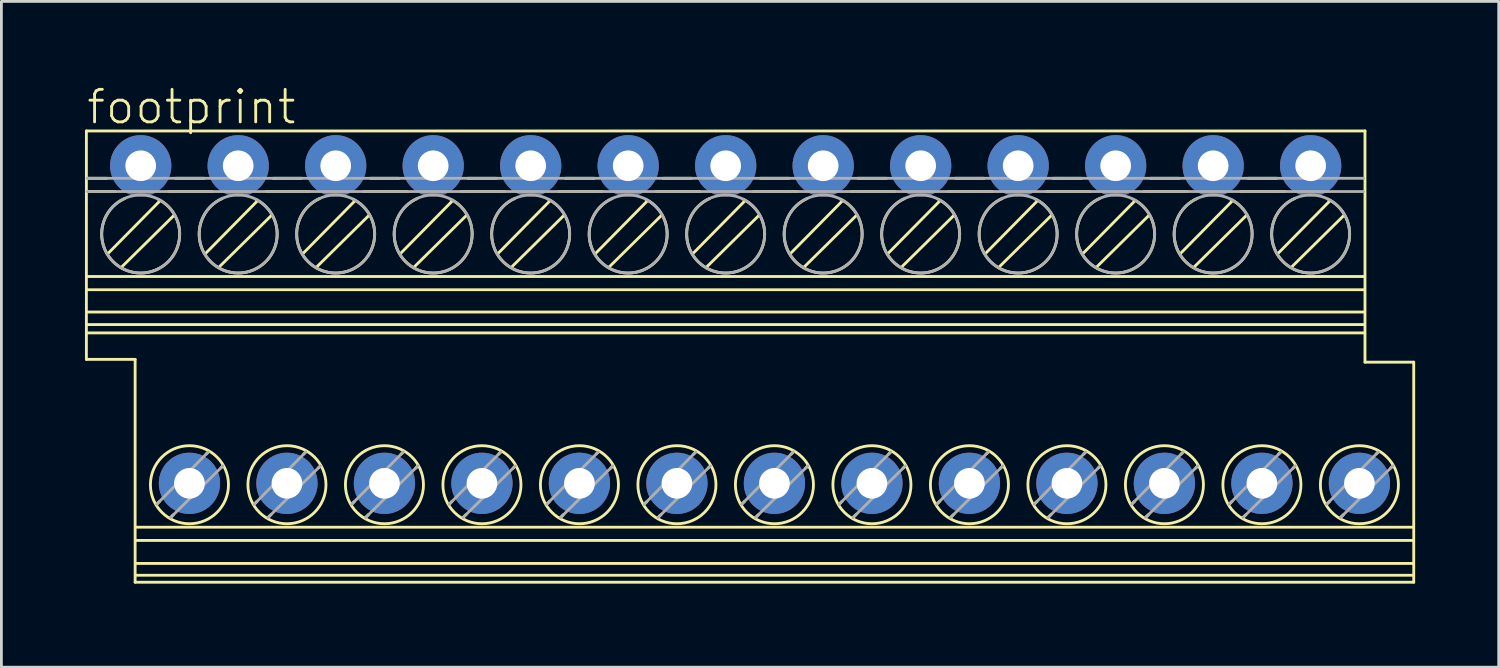
<source format=kicad_pcb>
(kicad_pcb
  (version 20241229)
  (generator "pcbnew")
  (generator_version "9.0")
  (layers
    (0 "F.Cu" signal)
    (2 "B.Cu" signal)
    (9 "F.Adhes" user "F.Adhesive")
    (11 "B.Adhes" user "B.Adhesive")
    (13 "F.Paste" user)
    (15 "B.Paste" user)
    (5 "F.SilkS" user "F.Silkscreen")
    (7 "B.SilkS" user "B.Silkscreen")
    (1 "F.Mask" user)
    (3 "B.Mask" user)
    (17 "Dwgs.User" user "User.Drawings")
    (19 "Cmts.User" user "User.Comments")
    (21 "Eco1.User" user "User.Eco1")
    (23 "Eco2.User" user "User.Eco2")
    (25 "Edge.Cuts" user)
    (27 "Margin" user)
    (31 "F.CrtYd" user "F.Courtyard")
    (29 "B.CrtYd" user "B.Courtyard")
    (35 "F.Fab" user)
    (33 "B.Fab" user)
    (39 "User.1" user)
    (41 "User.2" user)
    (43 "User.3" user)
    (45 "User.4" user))
  (footprint "footprint"
    (layer "F.Cu")
    (at 23.001 9.751)
    (property "Reference" "footprint" (at -23.001 -8.278 0) (layer "F.SilkS") (effects (font (size 1.168 1.168) (thickness 0.102)) (justify left bottom)))
    (fp_line (start -22.95 -8.1) (end 22.95 -8.1) (stroke (width 0.102) (type solid)) (layer "F.SilkS"))
    (fp_line (start -22.95 0.1) (end -22.95 -8.1) (stroke (width 0.102) (type solid)) (layer "F.SilkS"))
    (fp_line (start -22.925 -6.4) (end -22.225 -6.4) (stroke (width 0.102) (type solid)) (layer "F.SilkS"))
    (fp_line (start -22.925 -5.925) (end -21.925 -5.925) (stroke (width 0.102) (type solid)) (layer "F.SilkS"))
    (fp_line (start -22.9 -2.875) (end 22.925 -2.875) (stroke (width 0.102) (type solid)) (layer "F.SilkS"))
    (fp_line (start -22.9 -2.4) (end 22.925 -2.4) (stroke (width 0.102) (type solid)) (layer "F.SilkS"))
    (fp_line (start -22.9 -1.6) (end 22.925 -1.6) (stroke (width 0.102) (type solid)) (layer "F.SilkS"))
    (fp_line (start -22.9 -0.85) (end 22.925 -0.85) (stroke (width 0.102) (type solid)) (layer "F.SilkS"))
    (fp_line (start -22.175 -3.7) (end -20.325 -5.575) (stroke (width 0.102) (type solid)) (layer "F.SilkS"))
    (fp_line (start -21.675 -3.225) (end -19.8 -5.075) (stroke (width 0.102) (type solid)) (layer "F.SilkS"))
    (fp_line (start -21.2 0.1) (end -22.95 0.1) (stroke (width 0.102) (type solid)) (layer "F.SilkS"))
    (fp_line (start -21.2 8.1) (end -21.2 0.1) (stroke (width 0.102) (type solid)) (layer "F.SilkS"))
    (fp_line (start -21.15 6.125) (end 24.675 6.125) (stroke (width 0.102) (type solid)) (layer "F.SilkS"))
    (fp_line (start -21.15 6.6) (end 24.675 6.6) (stroke (width 0.102) (type solid)) (layer "F.SilkS"))
    (fp_line (start -21.15 7.425) (end 24.675 7.425) (stroke (width 0.102) (type solid)) (layer "F.SilkS"))
    (fp_line (start -21.15 7.85) (end 24.675 7.85) (stroke (width 0.102) (type solid)) (layer "F.SilkS"))
    (fp_line (start -20.425 5.3) (end -20.325 5.2) (stroke (width 0.102) (type solid)) (layer "F.SilkS"))
    (fp_line (start -20 -5.925) (end -18.425 -5.925) (stroke (width 0.102) (type solid)) (layer "F.SilkS"))
    (fp_line (start -19.925 5.775) (end -19.825 5.675) (stroke (width 0.102) (type solid)) (layer "F.SilkS"))
    (fp_line (start -19.75 -6.4) (end -18.725 -6.4) (stroke (width 0.102) (type solid)) (layer "F.SilkS"))
    (fp_line (start -18.675 -3.7) (end -16.825 -5.575) (stroke (width 0.102) (type solid)) (layer "F.SilkS"))
    (fp_line (start -18.65 3.5) (end -18.575 3.425) (stroke (width 0.102) (type solid)) (layer "F.SilkS"))
    (fp_line (start -18.175 -3.225) (end -16.3 -5.075) (stroke (width 0.102) (type solid)) (layer "F.SilkS"))
    (fp_line (start -18.125 4) (end -18.05 3.925) (stroke (width 0.102) (type solid)) (layer "F.SilkS"))
    (fp_line (start -16.925 5.3) (end -16.825 5.2) (stroke (width 0.102) (type solid)) (layer "F.SilkS"))
    (fp_line (start -16.5 -5.925) (end -14.925 -5.925) (stroke (width 0.102) (type solid)) (layer "F.SilkS"))
    (fp_line (start -16.425 5.775) (end -16.325 5.675) (stroke (width 0.102) (type solid)) (layer "F.SilkS"))
    (fp_line (start -16.25 -6.4) (end -15.225 -6.4) (stroke (width 0.102) (type solid)) (layer "F.SilkS"))
    (fp_line (start -15.175 -3.7) (end -13.325 -5.575) (stroke (width 0.102) (type solid)) (layer "F.SilkS"))
    (fp_line (start -15.15 3.5) (end -15.075 3.425) (stroke (width 0.102) (type solid)) (layer "F.SilkS"))
    (fp_line (start -14.675 -3.225) (end -12.8 -5.075) (stroke (width 0.102) (type solid)) (layer "F.SilkS"))
    (fp_line (start -14.625 4) (end -14.55 3.925) (stroke (width 0.102) (type solid)) (layer "F.SilkS"))
    (fp_line (start -13.425 5.3) (end -13.325 5.2) (stroke (width 0.102) (type solid)) (layer "F.SilkS"))
    (fp_line (start -13 -5.925) (end -11.425 -5.925) (stroke (width 0.102) (type solid)) (layer "F.SilkS"))
    (fp_line (start -12.925 5.775) (end -12.825 5.675) (stroke (width 0.102) (type solid)) (layer "F.SilkS"))
    (fp_line (start -12.75 -6.4) (end -11.725 -6.4) (stroke (width 0.102) (type solid)) (layer "F.SilkS"))
    (fp_line (start -11.675 -3.7) (end -9.825 -5.575) (stroke (width 0.102) (type solid)) (layer "F.SilkS"))
    (fp_line (start -11.65 3.5) (end -11.575 3.425) (stroke (width 0.102) (type solid)) (layer "F.SilkS"))
    (fp_line (start -11.175 -3.225) (end -9.3 -5.075) (stroke (width 0.102) (type solid)) (layer "F.SilkS"))
    (fp_line (start -11.125 4) (end -11.05 3.925) (stroke (width 0.102) (type solid)) (layer "F.SilkS"))
    (fp_line (start -9.925 5.3) (end -9.825 5.2) (stroke (width 0.102) (type solid)) (layer "F.SilkS"))
    (fp_line (start -9.5 -5.925) (end -7.925 -5.925) (stroke (width 0.102) (type solid)) (layer "F.SilkS"))
    (fp_line (start -9.425 5.775) (end -9.325 5.675) (stroke (width 0.102) (type solid)) (layer "F.SilkS"))
    (fp_line (start -9.25 -6.4) (end -8.225 -6.4) (stroke (width 0.102) (type solid)) (layer "F.SilkS"))
    (fp_line (start -8.175 -3.7) (end -6.325 -5.575) (stroke (width 0.102) (type solid)) (layer "F.SilkS"))
    (fp_line (start -8.15 3.5) (end -8.075 3.425) (stroke (width 0.102) (type solid)) (layer "F.SilkS"))
    (fp_line (start -7.675 -3.225) (end -5.8 -5.075) (stroke (width 0.102) (type solid)) (layer "F.SilkS"))
    (fp_line (start -7.625 4) (end -7.55 3.925) (stroke (width 0.102) (type solid)) (layer "F.SilkS"))
    (fp_line (start -6.425 5.3) (end -6.325 5.2) (stroke (width 0.102) (type solid)) (layer "F.SilkS"))
    (fp_line (start -6 -5.925) (end -4.425 -5.925) (stroke (width 0.102) (type solid)) (layer "F.SilkS"))
    (fp_line (start -5.925 5.775) (end -5.825 5.675) (stroke (width 0.102) (type solid)) (layer "F.SilkS"))
    (fp_line (start -5.75 -6.4) (end -4.725 -6.4) (stroke (width 0.102) (type solid)) (layer "F.SilkS"))
    (fp_line (start -4.675 -3.7) (end -2.825 -5.575) (stroke (width 0.102) (type solid)) (layer "F.SilkS"))
    (fp_line (start -4.65 3.5) (end -4.575 3.425) (stroke (width 0.102) (type solid)) (layer "F.SilkS"))
    (fp_line (start -4.175 -3.225) (end -2.3 -5.075) (stroke (width 0.102) (type solid)) (layer "F.SilkS"))
    (fp_line (start -4.125 4) (end -4.05 3.925) (stroke (width 0.102) (type solid)) (layer "F.SilkS"))
    (fp_line (start -2.925 5.3) (end -2.825 5.2) (stroke (width 0.102) (type solid)) (layer "F.SilkS"))
    (fp_line (start -2.5 -5.925) (end -0.925 -5.925) (stroke (width 0.102) (type solid)) (layer "F.SilkS"))
    (fp_line (start -2.425 5.775) (end -2.325 5.675) (stroke (width 0.102) (type solid)) (layer "F.SilkS"))
    (fp_line (start -2.25 -6.4) (end -1.225 -6.4) (stroke (width 0.102) (type solid)) (layer "F.SilkS"))
    (fp_line (start -1.175 -3.7) (end 0.675 -5.575) (stroke (width 0.102) (type solid)) (layer "F.SilkS"))
    (fp_line (start -1.15 3.5) (end -1.075 3.425) (stroke (width 0.102) (type solid)) (layer "F.SilkS"))
    (fp_line (start -0.675 -3.225) (end 1.2 -5.075) (stroke (width 0.102) (type solid)) (layer "F.SilkS"))
    (fp_line (start -0.625 4) (end -0.55 3.925) (stroke (width 0.102) (type solid)) (layer "F.SilkS"))
    (fp_line (start 0.575 5.3) (end 0.675 5.2) (stroke (width 0.102) (type solid)) (layer "F.SilkS"))
    (fp_line (start 1 -5.925) (end 2.575 -5.925) (stroke (width 0.102) (type solid)) (layer "F.SilkS"))
    (fp_line (start 1.075 5.775) (end 1.175 5.675) (stroke (width 0.102) (type solid)) (layer "F.SilkS"))
    (fp_line (start 1.25 -6.4) (end 2.275 -6.4) (stroke (width 0.102) (type solid)) (layer "F.SilkS"))
    (fp_line (start 2.325 -3.7) (end 4.175 -5.575) (stroke (width 0.102) (type solid)) (layer "F.SilkS"))
    (fp_line (start 2.35 3.5) (end 2.425 3.425) (stroke (width 0.102) (type solid)) (layer "F.SilkS"))
    (fp_line (start 2.825 -3.225) (end 4.7 -5.075) (stroke (width 0.102) (type solid)) (layer "F.SilkS"))
    (fp_line (start 2.875 4) (end 2.95 3.925) (stroke (width 0.102) (type solid)) (layer "F.SilkS"))
    (fp_line (start 4.075 5.3) (end 4.175 5.2) (stroke (width 0.102) (type solid)) (layer "F.SilkS"))
    (fp_line (start 4.5 -5.925) (end 6.075 -5.925) (stroke (width 0.102) (type solid)) (layer "F.SilkS"))
    (fp_line (start 4.575 5.775) (end 4.675 5.675) (stroke (width 0.102) (type solid)) (layer "F.SilkS"))
    (fp_line (start 4.75 -6.4) (end 5.775 -6.4) (stroke (width 0.102) (type solid)) (layer "F.SilkS"))
    (fp_line (start 5.825 -3.7) (end 7.675 -5.575) (stroke (width 0.102) (type solid)) (layer "F.SilkS"))
    (fp_line (start 5.85 3.5) (end 5.925 3.425) (stroke (width 0.102) (type solid)) (layer "F.SilkS"))
    (fp_line (start 6.325 -3.225) (end 8.2 -5.075) (stroke (width 0.102) (type solid)) (layer "F.SilkS"))
    (fp_line (start 6.375 4) (end 6.45 3.925) (stroke (width 0.102) (type solid)) (layer "F.SilkS"))
    (fp_line (start 7.575 5.3) (end 7.675 5.2) (stroke (width 0.102) (type solid)) (layer "F.SilkS"))
    (fp_line (start 8 -5.925) (end 9.575 -5.925) (stroke (width 0.102) (type solid)) (layer "F.SilkS"))
    (fp_line (start 8.075 5.775) (end 8.175 5.675) (stroke (width 0.102) (type solid)) (layer "F.SilkS"))
    (fp_line (start 8.25 -6.4) (end 9.275 -6.4) (stroke (width 0.102) (type solid)) (layer "F.SilkS"))
    (fp_line (start 9.325 -3.7) (end 11.175 -5.575) (stroke (width 0.102) (type solid)) (layer "F.SilkS"))
    (fp_line (start 9.35 3.5) (end 9.425 3.425) (stroke (width 0.102) (type solid)) (layer "F.SilkS"))
    (fp_line (start 9.825 -3.225) (end 11.7 -5.075) (stroke (width 0.102) (type solid)) (layer "F.SilkS"))
    (fp_line (start 9.875 4) (end 9.95 3.925) (stroke (width 0.102) (type solid)) (layer "F.SilkS"))
    (fp_line (start 11.075 5.3) (end 11.175 5.2) (stroke (width 0.102) (type solid)) (layer "F.SilkS"))
    (fp_line (start 11.5 -5.925) (end 13.075 -5.925) (stroke (width 0.102) (type solid)) (layer "F.SilkS"))
    (fp_line (start 11.575 5.775) (end 11.675 5.675) (stroke (width 0.102) (type solid)) (layer "F.SilkS"))
    (fp_line (start 11.75 -6.4) (end 12.775 -6.4) (stroke (width 0.102) (type solid)) (layer "F.SilkS"))
    (fp_line (start 12.825 -3.7) (end 14.675 -5.575) (stroke (width 0.102) (type solid)) (layer "F.SilkS"))
    (fp_line (start 12.85 3.5) (end 12.925 3.425) (stroke (width 0.102) (type solid)) (layer "F.SilkS"))
    (fp_line (start 13.325 -3.225) (end 15.2 -5.075) (stroke (width 0.102) (type solid)) (layer "F.SilkS"))
    (fp_line (start 13.375 4) (end 13.45 3.925) (stroke (width 0.102) (type solid)) (layer "F.SilkS"))
    (fp_line (start 14.575 5.3) (end 14.675 5.2) (stroke (width 0.102) (type solid)) (layer "F.SilkS"))
    (fp_line (start 15 -5.925) (end 16.575 -5.925) (stroke (width 0.102) (type solid)) (layer "F.SilkS"))
    (fp_line (start 15.075 5.775) (end 15.175 5.675) (stroke (width 0.102) (type solid)) (layer "F.SilkS"))
    (fp_line (start 15.25 -6.4) (end 16.275 -6.4) (stroke (width 0.102) (type solid)) (layer "F.SilkS"))
    (fp_line (start 16.325 -3.7) (end 18.175 -5.575) (stroke (width 0.102) (type solid)) (layer "F.SilkS"))
    (fp_line (start 16.35 3.5) (end 16.425 3.425) (stroke (width 0.102) (type solid)) (layer "F.SilkS"))
    (fp_line (start 16.825 -3.225) (end 18.7 -5.075) (stroke (width 0.102) (type solid)) (layer "F.SilkS"))
    (fp_line (start 16.875 4) (end 16.95 3.925) (stroke (width 0.102) (type solid)) (layer "F.SilkS"))
    (fp_line (start 18.075 5.3) (end 18.175 5.2) (stroke (width 0.102) (type solid)) (layer "F.SilkS"))
    (fp_line (start 18.5 -5.925) (end 20.075 -5.925) (stroke (width 0.102) (type solid)) (layer "F.SilkS"))
    (fp_line (start 18.575 5.775) (end 18.675 5.675) (stroke (width 0.102) (type solid)) (layer "F.SilkS"))
    (fp_line (start 18.75 -6.4) (end 19.775 -6.4) (stroke (width 0.102) (type solid)) (layer "F.SilkS"))
    (fp_line (start 19.825 -3.7) (end 21.675 -5.575) (stroke (width 0.102) (type solid)) (layer "F.SilkS"))
    (fp_line (start 19.85 3.5) (end 19.925 3.425) (stroke (width 0.102) (type solid)) (layer "F.SilkS"))
    (fp_line (start 20.325 -3.225) (end 22.2 -5.075) (stroke (width 0.102) (type solid)) (layer "F.SilkS"))
    (fp_line (start 20.375 4) (end 20.45 3.925) (stroke (width 0.102) (type solid)) (layer "F.SilkS"))
    (fp_line (start 21.575 5.3) (end 21.675 5.2) (stroke (width 0.102) (type solid)) (layer "F.SilkS"))
    (fp_line (start 22.075 5.775) (end 22.175 5.675) (stroke (width 0.102) (type solid)) (layer "F.SilkS"))
    (fp_line (start 22.925 -1.15) (end -22.9 -1.15) (stroke (width 0.102) (type solid)) (layer "F.SilkS"))
    (fp_line (start 22.95 -8.1) (end 22.95 0.2) (stroke (width 0.102) (type solid)) (layer "F.SilkS"))
    (fp_line (start 22.95 0.2) (end 24.7 0.2) (stroke (width 0.102) (type solid)) (layer "F.SilkS"))
    (fp_line (start 23.35 3.5) (end 23.425 3.425) (stroke (width 0.102) (type solid)) (layer "F.SilkS"))
    (fp_line (start 23.875 4) (end 23.95 3.925) (stroke (width 0.102) (type solid)) (layer "F.SilkS"))
    (fp_line (start 24.7 0.2) (end 24.7 8.1) (stroke (width 0.102) (type solid)) (layer "F.SilkS"))
    (fp_line (start 24.7 8.1) (end -21.2 8.1) (stroke (width 0.102) (type solid)) (layer "F.SilkS"))
    (fp_arc (start -20.374999 -5.65) (mid -21.030481 -2.999357) (end -21.575 -5.675) (stroke (width 0.1016) (type solid)) (layer "F.SilkS"))
    (fp_arc (start -16.874999 -5.65) (mid -17.530481 -2.999357) (end -18.075 -5.675) (stroke (width 0.1016) (type solid)) (layer "F.SilkS"))
    (fp_arc (start -13.374999 -5.65) (mid -14.030481 -2.999357) (end -14.575 -5.675) (stroke (width 0.1016) (type solid)) (layer "F.SilkS"))
    (fp_arc (start -9.874999 -5.65) (mid -10.530481 -2.999357) (end -11.075 -5.675) (stroke (width 0.1016) (type solid)) (layer "F.SilkS"))
    (fp_arc (start -6.374999 -5.65) (mid -7.030481 -2.999357) (end -7.575 -5.675) (stroke (width 0.1016) (type solid)) (layer "F.SilkS"))
    (fp_arc (start -2.874999 -5.65) (mid -3.530481 -2.999357) (end -4.075 -5.675) (stroke (width 0.1016) (type solid)) (layer "F.SilkS"))
    (fp_arc (start 0.625001 -5.65) (mid -0.030481 -2.999357) (end -0.575 -5.675) (stroke (width 0.1016) (type solid)) (layer "F.SilkS"))
    (fp_arc (start 4.125001 -5.65) (mid 3.469517 -2.999357) (end 2.925 -5.675) (stroke (width 0.1016) (type solid)) (layer "F.SilkS"))
    (fp_arc (start 7.625001 -5.65) (mid 6.969517 -2.999357) (end 6.425 -5.675) (stroke (width 0.1016) (type solid)) (layer "F.SilkS"))
    (fp_arc (start 11.125001 -5.65) (mid 10.469517 -2.999357) (end 9.925 -5.675) (stroke (width 0.1016) (type solid)) (layer "F.SilkS"))
    (fp_arc (start 14.625001 -5.65) (mid 13.969517 -2.999357) (end 13.425 -5.675) (stroke (width 0.1016) (type solid)) (layer "F.SilkS"))
    (fp_arc (start 18.125001 -5.65) (mid 17.469517 -2.999357) (end 16.925 -5.675) (stroke (width 0.1016) (type solid)) (layer "F.SilkS"))
    (fp_arc (start 21.625001 -5.65) (mid 20.969517 -2.999357) (end 20.425 -5.675) (stroke (width 0.1016) (type solid)) (layer "F.SilkS"))
    (fp_circle (center -19.25 4.6) (end -17.849 4.6) (stroke (width 0.102) (type solid)) (fill no) (layer "F.SilkS"))
    (fp_circle (center -15.75 4.6) (end -14.349 4.6) (stroke (width 0.102) (type solid)) (fill no) (layer "F.SilkS"))
    (fp_circle (center -12.25 4.6) (end -10.849 4.6) (stroke (width 0.102) (type solid)) (fill no) (layer "F.SilkS"))
    (fp_circle (center -8.75 4.6) (end -7.349 4.6) (stroke (width 0.102) (type solid)) (fill no) (layer "F.SilkS"))
    (fp_circle (center -5.25 4.6) (end -3.849 4.6) (stroke (width 0.102) (type solid)) (fill no) (layer "F.SilkS"))
    (fp_circle (center -1.75 4.6) (end -0.349 4.6) (stroke (width 0.102) (type solid)) (fill no) (layer "F.SilkS"))
    (fp_circle (center 1.75 4.6) (end 3.151 4.6) (stroke (width 0.102) (type solid)) (fill no) (layer "F.SilkS"))
    (fp_circle (center 5.25 4.6) (end 6.651 4.6) (stroke (width 0.102) (type solid)) (fill no) (layer "F.SilkS"))
    (fp_circle (center 8.75 4.6) (end 10.151 4.6) (stroke (width 0.102) (type solid)) (fill no) (layer "F.SilkS"))
    (fp_circle (center 12.25 4.6) (end 13.651 4.6) (stroke (width 0.102) (type solid)) (fill no) (layer "F.SilkS"))
    (fp_circle (center 15.75 4.6) (end 17.151 4.6) (stroke (width 0.102) (type solid)) (fill no) (layer "F.SilkS"))
    (fp_circle (center 19.25 4.6) (end 20.651 4.6) (stroke (width 0.102) (type solid)) (fill no) (layer "F.SilkS"))
    (fp_circle (center 22.75 4.6) (end 24.151 4.6) (stroke (width 0.102) (type solid)) (fill no) (layer "F.SilkS"))
    (fp_line (start -22.925 -6.4) (end 22.9 -6.4) (stroke (width 0.102) (type solid)) (layer "F.Fab"))
    (fp_line (start -22.925 -5.925) (end 22.9 -5.925) (stroke (width 0.102) (type solid)) (layer "F.Fab"))
    (fp_line (start -20.425 5.3) (end -18.575 3.425) (stroke (width 0.102) (type solid)) (layer "F.Fab"))
    (fp_line (start -19.925 5.775) (end -18.05 3.925) (stroke (width 0.102) (type solid)) (layer "F.Fab"))
    (fp_line (start -16.925 5.3) (end -15.075 3.425) (stroke (width 0.102) (type solid)) (layer "F.Fab"))
    (fp_line (start -16.425 5.775) (end -14.55 3.925) (stroke (width 0.102) (type solid)) (layer "F.Fab"))
    (fp_line (start -13.425 5.3) (end -11.575 3.425) (stroke (width 0.102) (type solid)) (layer "F.Fab"))
    (fp_line (start -12.925 5.775) (end -11.05 3.925) (stroke (width 0.102) (type solid)) (layer "F.Fab"))
    (fp_line (start -9.925 5.3) (end -8.075 3.425) (stroke (width 0.102) (type solid)) (layer "F.Fab"))
    (fp_line (start -9.425 5.775) (end -7.55 3.925) (stroke (width 0.102) (type solid)) (layer "F.Fab"))
    (fp_line (start -6.425 5.3) (end -4.575 3.425) (stroke (width 0.102) (type solid)) (layer "F.Fab"))
    (fp_line (start -5.925 5.775) (end -4.05 3.925) (stroke (width 0.102) (type solid)) (layer "F.Fab"))
    (fp_line (start -2.925 5.3) (end -1.075 3.425) (stroke (width 0.102) (type solid)) (layer "F.Fab"))
    (fp_line (start -2.425 5.775) (end -0.55 3.925) (stroke (width 0.102) (type solid)) (layer "F.Fab"))
    (fp_line (start 0.575 5.3) (end 2.425 3.425) (stroke (width 0.102) (type solid)) (layer "F.Fab"))
    (fp_line (start 1.075 5.775) (end 2.95 3.925) (stroke (width 0.102) (type solid)) (layer "F.Fab"))
    (fp_line (start 4.075 5.3) (end 5.925 3.425) (stroke (width 0.102) (type solid)) (layer "F.Fab"))
    (fp_line (start 4.575 5.775) (end 6.45 3.925) (stroke (width 0.102) (type solid)) (layer "F.Fab"))
    (fp_line (start 7.575 5.3) (end 9.425 3.425) (stroke (width 0.102) (type solid)) (layer "F.Fab"))
    (fp_line (start 8.075 5.775) (end 9.95 3.925) (stroke (width 0.102) (type solid)) (layer "F.Fab"))
    (fp_line (start 11.075 5.3) (end 12.925 3.425) (stroke (width 0.102) (type solid)) (layer "F.Fab"))
    (fp_line (start 11.575 5.775) (end 13.45 3.925) (stroke (width 0.102) (type solid)) (layer "F.Fab"))
    (fp_line (start 14.575 5.3) (end 16.425 3.425) (stroke (width 0.102) (type solid)) (layer "F.Fab"))
    (fp_line (start 15.075 5.775) (end 16.95 3.925) (stroke (width 0.102) (type solid)) (layer "F.Fab"))
    (fp_line (start 18.075 5.3) (end 19.925 3.425) (stroke (width 0.102) (type solid)) (layer "F.Fab"))
    (fp_line (start 18.575 5.775) (end 20.45 3.925) (stroke (width 0.102) (type solid)) (layer "F.Fab"))
    (fp_line (start 21.575 5.3) (end 23.425 3.425) (stroke (width 0.102) (type solid)) (layer "F.Fab"))
    (fp_line (start 22.075 5.775) (end 23.95 3.925) (stroke (width 0.102) (type solid)) (layer "F.Fab"))
    (fp_circle (center -21 -4.4) (end -19.599 -4.4) (stroke (width 0.102) (type solid)) (fill no) (layer "F.Fab"))
    (fp_circle (center -17.5 -4.4) (end -16.099 -4.4) (stroke (width 0.102) (type solid)) (fill no) (layer "F.Fab"))
    (fp_circle (center -14 -4.4) (end -12.599 -4.4) (stroke (width 0.102) (type solid)) (fill no) (layer "F.Fab"))
    (fp_circle (center -10.5 -4.4) (end -9.099 -4.4) (stroke (width 0.102) (type solid)) (fill no) (layer "F.Fab"))
    (fp_circle (center -7 -4.4) (end -5.599 -4.4) (stroke (width 0.102) (type solid)) (fill no) (layer "F.Fab"))
    (fp_circle (center -3.5 -4.4) (end -2.099 -4.4) (stroke (width 0.102) (type solid)) (fill no) (layer "F.Fab"))
    (fp_circle (center 0 -4.4) (end 1.401 -4.4) (stroke (width 0.102) (type solid)) (fill no) (layer "F.Fab"))
    (fp_circle (center 3.5 -4.4) (end 4.901 -4.4) (stroke (width 0.102) (type solid)) (fill no) (layer "F.Fab"))
    (fp_circle (center 7 -4.4) (end 8.401 -4.4) (stroke (width 0.102) (type solid)) (fill no) (layer "F.Fab"))
    (fp_circle (center 10.5 -4.4) (end 11.901 -4.4) (stroke (width 0.102) (type solid)) (fill no) (layer "F.Fab"))
    (fp_circle (center 14 -4.4) (end 15.401 -4.4) (stroke (width 0.102) (type solid)) (fill no) (layer "F.Fab"))
    (fp_circle (center 17.5 -4.4) (end 18.901 -4.4) (stroke (width 0.102) (type solid)) (fill no) (layer "F.Fab"))
    (fp_circle (center 21 -4.4) (end 22.401 -4.4) (stroke (width 0.102) (type solid)) (fill no) (layer "F.Fab"))
    (pad "1" thru_hole circle (at -21 -6.85) (size 2.2 2.2) (drill 1.1) (layers "*.Cu" "*.Mask"))
    (pad "2" thru_hole circle (at -19.25 4.55) (size 2.2 2.2) (drill 1.1) (layers "*.Cu" "*.Mask"))
    (pad "3" thru_hole circle (at -17.5 -6.85) (size 2.2 2.2) (drill 1.1) (layers "*.Cu" "*.Mask"))
    (pad "4" thru_hole circle (at -15.75 4.55) (size 2.2 2.2) (drill 1.1) (layers "*.Cu" "*.Mask"))
    (pad "5" thru_hole circle (at -14 -6.85) (size 2.2 2.2) (drill 1.1) (layers "*.Cu" "*.Mask"))
    (pad "6" thru_hole circle (at -12.25 4.55) (size 2.2 2.2) (drill 1.1) (layers "*.Cu" "*.Mask"))
    (pad "7" thru_hole circle (at -10.5 -6.85) (size 2.2 2.2) (drill 1.1) (layers "*.Cu" "*.Mask"))
    (pad "8" thru_hole circle (at -8.75 4.55) (size 2.2 2.2) (drill 1.1) (layers "*.Cu" "*.Mask"))
    (pad "9" thru_hole circle (at -7 -6.85) (size 2.2 2.2) (drill 1.1) (layers "*.Cu" "*.Mask"))
    (pad "10" thru_hole circle (at -5.25 4.55) (size 2.2 2.2) (drill 1.1) (layers "*.Cu" "*.Mask"))
    (pad "11" thru_hole circle (at -3.5 -6.85) (size 2.2 2.2) (drill 1.1) (layers "*.Cu" "*.Mask"))
    (pad "12" thru_hole circle (at -1.75 4.55) (size 2.2 2.2) (drill 1.1) (layers "*.Cu" "*.Mask"))
    (pad "13" thru_hole circle (at 0 -6.85) (size 2.2 2.2) (drill 1.1) (layers "*.Cu" "*.Mask"))
    (pad "14" thru_hole circle (at 1.75 4.55) (size 2.2 2.2) (drill 1.1) (layers "*.Cu" "*.Mask"))
    (pad "15" thru_hole circle (at 3.5 -6.85) (size 2.2 2.2) (drill 1.1) (layers "*.Cu" "*.Mask"))
    (pad "16" thru_hole circle (at 5.25 4.55) (size 2.2 2.2) (drill 1.1) (layers "*.Cu" "*.Mask"))
    (pad "17" thru_hole circle (at 7 -6.85) (size 2.2 2.2) (drill 1.1) (layers "*.Cu" "*.Mask"))
    (pad "18" thru_hole circle (at 8.75 4.55) (size 2.2 2.2) (drill 1.1) (layers "*.Cu" "*.Mask"))
    (pad "19" thru_hole circle (at 10.5 -6.85) (size 2.2 2.2) (drill 1.1) (layers "*.Cu" "*.Mask"))
    (pad "20" thru_hole circle (at 12.25 4.55) (size 2.2 2.2) (drill 1.1) (layers "*.Cu" "*.Mask"))
    (pad "21" thru_hole circle (at 14 -6.85) (size 2.2 2.2) (drill 1.1) (layers "*.Cu" "*.Mask"))
    (pad "22" thru_hole circle (at 15.75 4.55) (size 2.2 2.2) (drill 1.1) (layers "*.Cu" "*.Mask"))
    (pad "23" thru_hole circle (at 17.5 -6.85) (size 2.2 2.2) (drill 1.1) (layers "*.Cu" "*.Mask"))
    (pad "24" thru_hole circle (at 19.25 4.55) (size 2.2 2.2) (drill 1.1) (layers "*.Cu" "*.Mask"))
    (pad "25" thru_hole circle (at 21 -6.85) (size 2.2 2.2) (drill 1.1) (layers "*.Cu" "*.Mask"))
    (pad "26" thru_hole circle (at 22.75 4.55) (size 2.2 2.2) (drill 1.1) (layers "*.Cu" "*.Mask")))
  (gr_rect
    (start -3 -3)
    (end 50.752 20.902)
    (stroke (width 0.1) (type default))
    (fill no)
    (layer "Edge.Cuts")))
</source>
